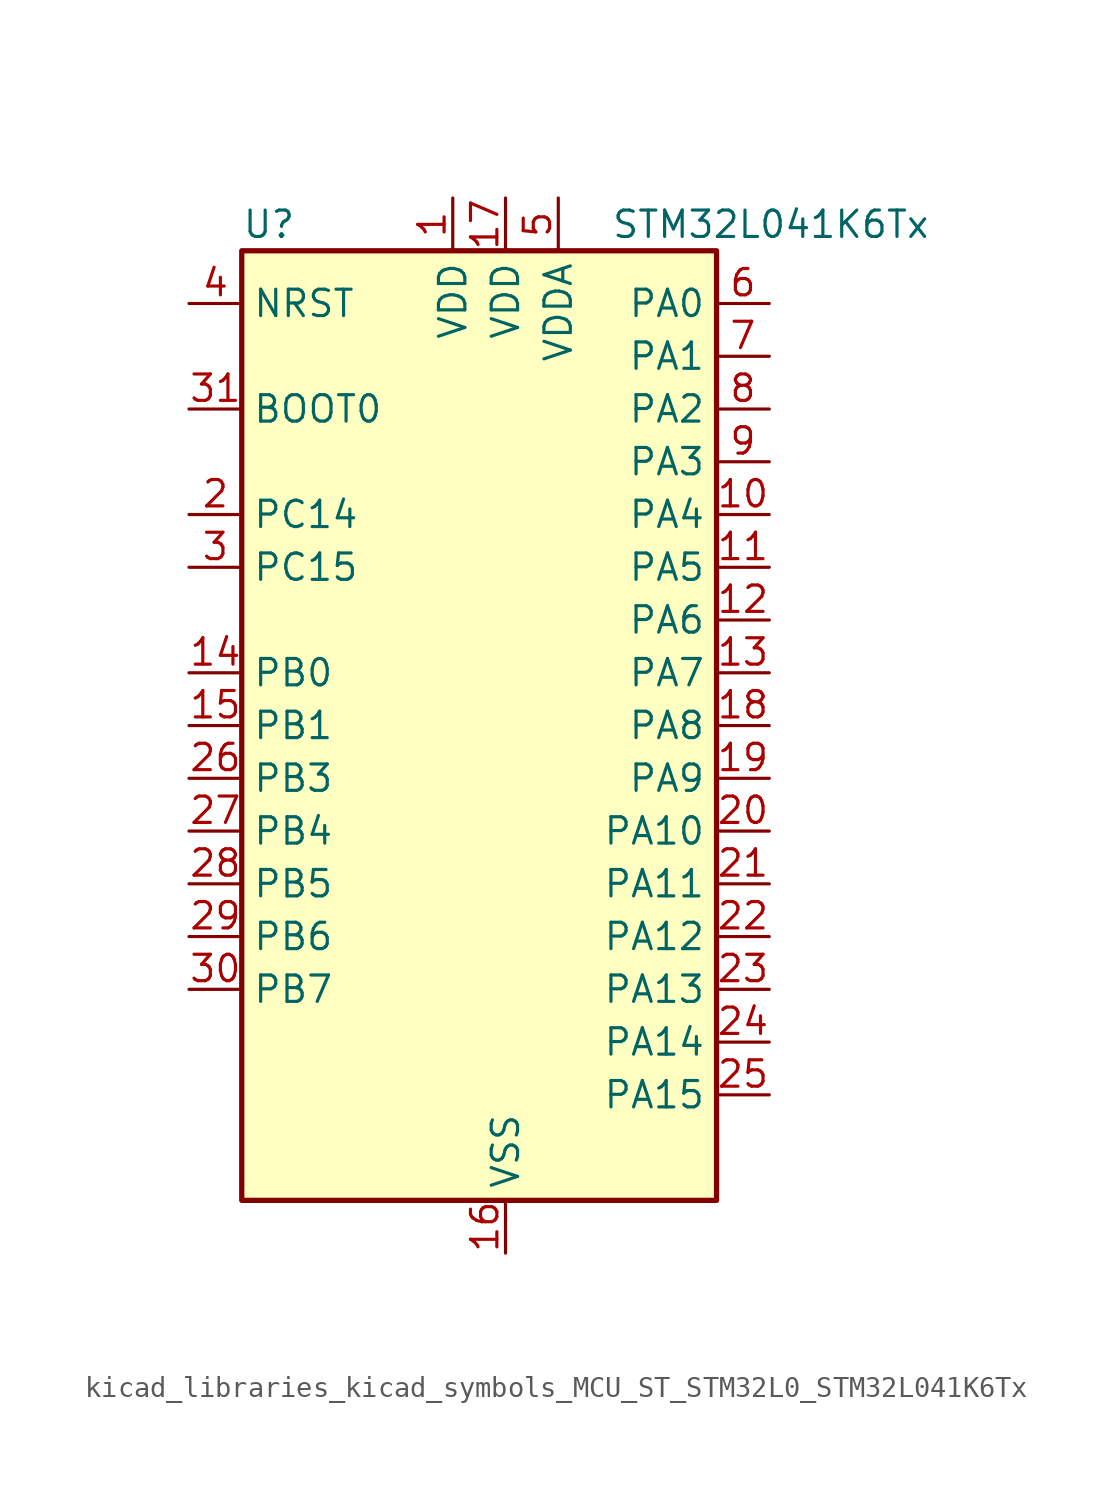
<source format=kicad_sym>
(kicad_symbol_lib
  (version 20220914)
  (generator kicad_symbol_editor)
  (symbol "kicad_libraries_kicad_symbols_MCU_ST_STM32L0_STM32L041K6Tx"
    (property "Reference" "U"
      (at -10.16 24.13 0)
      (effects (font (size 1.27 1.27)) (justify left)))
    (property "Value" "STM32L041K6Tx"
      (at 7.62 24.13 0)
      (effects (font (size 1.27 1.27)) (justify left)))
    (property "ki_locked" ""
      (at 0 0 0)
      (effects (font (size 1.27 1.27))))
    (symbol "kicad_libraries_kicad_symbols_MCU_ST_STM32L0_STM32L041K6Tx_0_1"
      (rectangle (start -10.16 -22.86) (end 12.7 22.86) (stroke (width 0.254) (type default)) (fill (type background))))
    (symbol "kicad_libraries_kicad_symbols_MCU_ST_STM32L0_STM32L041K6Tx_1_1"
      (pin power_in line (at 0 25.4 270) (length 2.54) (name "VDD" (effects (font (size 1.27 1.27)))) (number "1" (effects (font (size 1.27 1.27)))))
      (pin bidirectional line (at 15.24 10.16 180) (length 2.54) (name "PA4" (effects (font (size 1.27 1.27)))) (number "10" (effects (font (size 1.27 1.27)))) (alternate "ADC_IN4" bidirectional line) (alternate "COMP1_INM" bidirectional line) (alternate "COMP2_INM" bidirectional line) (alternate "LPTIM1_IN1" bidirectional line) (alternate "SPI1_NSS" bidirectional line) (alternate "TIM22_ETR" bidirectional line) (alternate "USART2_CK" bidirectional line))
      (pin bidirectional line (at 15.24 7.62 180) (length 2.54) (name "PA5" (effects (font (size 1.27 1.27)))) (number "11" (effects (font (size 1.27 1.27)))) (alternate "ADC_IN5" bidirectional line) (alternate "COMP1_INM" bidirectional line) (alternate "COMP2_INM" bidirectional line) (alternate "LPTIM1_IN2" bidirectional line) (alternate "SPI1_SCK" bidirectional line) (alternate "TIM2_CH1" bidirectional line) (alternate "TIM2_ETR" bidirectional line))
      (pin bidirectional line (at 15.24 5.08 180) (length 2.54) (name "PA6" (effects (font (size 1.27 1.27)))) (number "12" (effects (font (size 1.27 1.27)))) (alternate "ADC_IN6" bidirectional line) (alternate "COMP1_OUT" bidirectional line) (alternate "LPTIM1_ETR" bidirectional line) (alternate "LPUART1_CTS" bidirectional line) (alternate "SPI1_MISO" bidirectional line) (alternate "TIM22_CH1" bidirectional line))
      (pin bidirectional line (at 15.24 2.54 180) (length 2.54) (name "PA7" (effects (font (size 1.27 1.27)))) (number "13" (effects (font (size 1.27 1.27)))) (alternate "ADC_IN7" bidirectional line) (alternate "COMP2_OUT" bidirectional line) (alternate "LPTIM1_OUT" bidirectional line) (alternate "SPI1_MOSI" bidirectional line) (alternate "TIM22_CH2" bidirectional line) (alternate "USART2_CTS" bidirectional line))
      (pin bidirectional line (at -12.7 2.54 0) (length 2.54) (name "PB0" (effects (font (size 1.27 1.27)))) (number "14" (effects (font (size 1.27 1.27)))) (alternate "ADC_IN8" bidirectional line) (alternate "SPI1_MISO" bidirectional line) (alternate "SYS_VREF_OUT_PB0" bidirectional line) (alternate "TIM2_CH3" bidirectional line) (alternate "USART2_DE" bidirectional line) (alternate "USART2_RTS" bidirectional line))
      (pin bidirectional line (at -12.7 0 0) (length 2.54) (name "PB1" (effects (font (size 1.27 1.27)))) (number "15" (effects (font (size 1.27 1.27)))) (alternate "ADC_IN9" bidirectional line) (alternate "LPUART1_DE" bidirectional line) (alternate "LPUART1_RTS" bidirectional line) (alternate "SPI1_MOSI" bidirectional line) (alternate "SYS_VREF_OUT_PB1" bidirectional line) (alternate "TIM2_CH4" bidirectional line) (alternate "USART2_CK" bidirectional line))
      (pin power_in line (at 2.54 -25.4 90) (length 2.54) (name "VSS" (effects (font (size 1.27 1.27)))) (number "16" (effects (font (size 1.27 1.27)))))
      (pin power_in line (at 2.54 25.4 270) (length 2.54) (name "VDD" (effects (font (size 1.27 1.27)))) (number "17" (effects (font (size 1.27 1.27)))))
      (pin bidirectional line (at 15.24 0 180) (length 2.54) (name "PA8" (effects (font (size 1.27 1.27)))) (number "18" (effects (font (size 1.27 1.27)))) (alternate "LPTIM1_IN1" bidirectional line) (alternate "RCC_MCO" bidirectional line) (alternate "TIM2_CH1" bidirectional line) (alternate "USART2_CK" bidirectional line))
      (pin bidirectional line (at 15.24 -2.54 180) (length 2.54) (name "PA9" (effects (font (size 1.27 1.27)))) (number "19" (effects (font (size 1.27 1.27)))) (alternate "I2C1_SCL" bidirectional line) (alternate "RCC_MCO" bidirectional line) (alternate "TIM22_CH1" bidirectional line) (alternate "USART2_TX" bidirectional line))
      (pin bidirectional line (at -12.7 10.16 0) (length 2.54) (name "PC14" (effects (font (size 1.27 1.27)))) (number "2" (effects (font (size 1.27 1.27)))) (alternate "RCC_OSC32_IN" bidirectional line))
      (pin bidirectional line (at 15.24 -5.08 180) (length 2.54) (name "PA10" (effects (font (size 1.27 1.27)))) (number "20" (effects (font (size 1.27 1.27)))) (alternate "I2C1_SDA" bidirectional line) (alternate "TIM22_CH2" bidirectional line) (alternate "USART2_RX" bidirectional line))
      (pin bidirectional line (at 15.24 -7.62 180) (length 2.54) (name "PA11" (effects (font (size 1.27 1.27)))) (number "21" (effects (font (size 1.27 1.27)))) (alternate "ADC_EXTI11" bidirectional line) (alternate "COMP1_OUT" bidirectional line) (alternate "SPI1_MISO" bidirectional line) (alternate "TIM21_CH2" bidirectional line) (alternate "USART2_CTS" bidirectional line))
      (pin bidirectional line (at 15.24 -10.16 180) (length 2.54) (name "PA12" (effects (font (size 1.27 1.27)))) (number "22" (effects (font (size 1.27 1.27)))) (alternate "COMP2_OUT" bidirectional line) (alternate "SPI1_MOSI" bidirectional line) (alternate "USART2_DE" bidirectional line) (alternate "USART2_RTS" bidirectional line))
      (pin bidirectional line (at 15.24 -12.7 180) (length 2.54) (name "PA13" (effects (font (size 1.27 1.27)))) (number "23" (effects (font (size 1.27 1.27)))) (alternate "LPTIM1_ETR" bidirectional line) (alternate "LPUART1_RX" bidirectional line) (alternate "SYS_SWDIO" bidirectional line))
      (pin bidirectional line (at 15.24 -15.24 180) (length 2.54) (name "PA14" (effects (font (size 1.27 1.27)))) (number "24" (effects (font (size 1.27 1.27)))) (alternate "I2C1_SMBA" bidirectional line) (alternate "LPTIM1_OUT" bidirectional line) (alternate "LPUART1_TX" bidirectional line) (alternate "SYS_SWCLK" bidirectional line) (alternate "USART2_TX" bidirectional line))
      (pin bidirectional line (at 15.24 -17.78 180) (length 2.54) (name "PA15" (effects (font (size 1.27 1.27)))) (number "25" (effects (font (size 1.27 1.27)))) (alternate "SPI1_NSS" bidirectional line) (alternate "TIM2_CH1" bidirectional line) (alternate "TIM2_ETR" bidirectional line) (alternate "USART2_RX" bidirectional line))
      (pin bidirectional line (at -12.7 -2.54 0) (length 2.54) (name "PB3" (effects (font (size 1.27 1.27)))) (number "26" (effects (font (size 1.27 1.27)))) (alternate "COMP2_INM" bidirectional line) (alternate "SPI1_SCK" bidirectional line) (alternate "TIM2_CH2" bidirectional line))
      (pin bidirectional line (at -12.7 -5.08 0) (length 2.54) (name "PB4" (effects (font (size 1.27 1.27)))) (number "27" (effects (font (size 1.27 1.27)))) (alternate "COMP2_INP" bidirectional line) (alternate "SPI1_MISO" bidirectional line) (alternate "TIM22_CH1" bidirectional line))
      (pin bidirectional line (at -12.7 -7.62 0) (length 2.54) (name "PB5" (effects (font (size 1.27 1.27)))) (number "28" (effects (font (size 1.27 1.27)))) (alternate "COMP2_INP" bidirectional line) (alternate "I2C1_SMBA" bidirectional line) (alternate "LPTIM1_IN1" bidirectional line) (alternate "SPI1_MOSI" bidirectional line) (alternate "TIM22_CH2" bidirectional line))
      (pin bidirectional line (at -12.7 -10.16 0) (length 2.54) (name "PB6" (effects (font (size 1.27 1.27)))) (number "29" (effects (font (size 1.27 1.27)))) (alternate "COMP2_INP" bidirectional line) (alternate "I2C1_SCL" bidirectional line) (alternate "LPTIM1_ETR" bidirectional line) (alternate "TIM21_CH1" bidirectional line) (alternate "USART2_TX" bidirectional line))
      (pin bidirectional line (at -12.7 7.62 0) (length 2.54) (name "PC15" (effects (font (size 1.27 1.27)))) (number "3" (effects (font (size 1.27 1.27)))) (alternate "RCC_OSC32_OUT" bidirectional line))
      (pin bidirectional line (at -12.7 -12.7 0) (length 2.54) (name "PB7" (effects (font (size 1.27 1.27)))) (number "30" (effects (font (size 1.27 1.27)))) (alternate "COMP2_INP" bidirectional line) (alternate "I2C1_SDA" bidirectional line) (alternate "LPTIM1_IN2" bidirectional line) (alternate "SYS_PVD_IN" bidirectional line) (alternate "USART2_RX" bidirectional line))
      (pin input line (at -12.7 15.24 0) (length 2.54) (name "BOOT0" (effects (font (size 1.27 1.27)))) (number "31" (effects (font (size 1.27 1.27)))))
      (pin passive line (at 2.54 -25.4 90) (length 2.54) hide (name "VSS" (effects (font (size 1.27 1.27)))) (number "32" (effects (font (size 1.27 1.27)))))
      (pin input line (at -12.7 20.32 0) (length 2.54) (name "NRST" (effects (font (size 1.27 1.27)))) (number "4" (effects (font (size 1.27 1.27)))))
      (pin power_in line (at 5.08 25.4 270) (length 2.54) (name "VDDA" (effects (font (size 1.27 1.27)))) (number "5" (effects (font (size 1.27 1.27)))))
      (pin bidirectional line (at 15.24 20.32 180) (length 2.54) (name "PA0" (effects (font (size 1.27 1.27)))) (number "6" (effects (font (size 1.27 1.27)))) (alternate "ADC_IN0" bidirectional line) (alternate "COMP1_INM" bidirectional line) (alternate "COMP1_OUT" bidirectional line) (alternate "LPTIM1_IN1" bidirectional line) (alternate "RCC_CK_IN" bidirectional line) (alternate "RTC_TAMP2" bidirectional line) (alternate "SYS_WKUP1" bidirectional line) (alternate "TIM2_CH1" bidirectional line) (alternate "TIM2_ETR" bidirectional line) (alternate "USART2_CTS" bidirectional line))
      (pin bidirectional line (at 15.24 17.78 180) (length 2.54) (name "PA1" (effects (font (size 1.27 1.27)))) (number "7" (effects (font (size 1.27 1.27)))) (alternate "ADC_IN1" bidirectional line) (alternate "COMP1_INP" bidirectional line) (alternate "I2C1_SMBA" bidirectional line) (alternate "LPTIM1_IN2" bidirectional line) (alternate "TIM21_ETR" bidirectional line) (alternate "TIM2_CH2" bidirectional line) (alternate "USART2_DE" bidirectional line) (alternate "USART2_RTS" bidirectional line))
      (pin bidirectional line (at 15.24 15.24 180) (length 2.54) (name "PA2" (effects (font (size 1.27 1.27)))) (number "8" (effects (font (size 1.27 1.27)))) (alternate "ADC_IN2" bidirectional line) (alternate "COMP2_INM" bidirectional line) (alternate "COMP2_OUT" bidirectional line) (alternate "LPUART1_TX" bidirectional line) (alternate "RTC_OUT_ALARM" bidirectional line) (alternate "RTC_OUT_CALIB" bidirectional line) (alternate "RTC_TAMP3" bidirectional line) (alternate "RTC_TS" bidirectional line) (alternate "SYS_WKUP3" bidirectional line) (alternate "TIM21_CH1" bidirectional line) (alternate "TIM2_CH3" bidirectional line) (alternate "USART2_TX" bidirectional line))
      (pin bidirectional line (at 15.24 12.7 180) (length 2.54) (name "PA3" (effects (font (size 1.27 1.27)))) (number "9" (effects (font (size 1.27 1.27)))) (alternate "ADC_IN3" bidirectional line) (alternate "COMP2_INP" bidirectional line) (alternate "LPUART1_RX" bidirectional line) (alternate "TIM21_CH2" bidirectional line) (alternate "TIM2_CH4" bidirectional line) (alternate "USART2_RX" bidirectional line)))))
</source>
